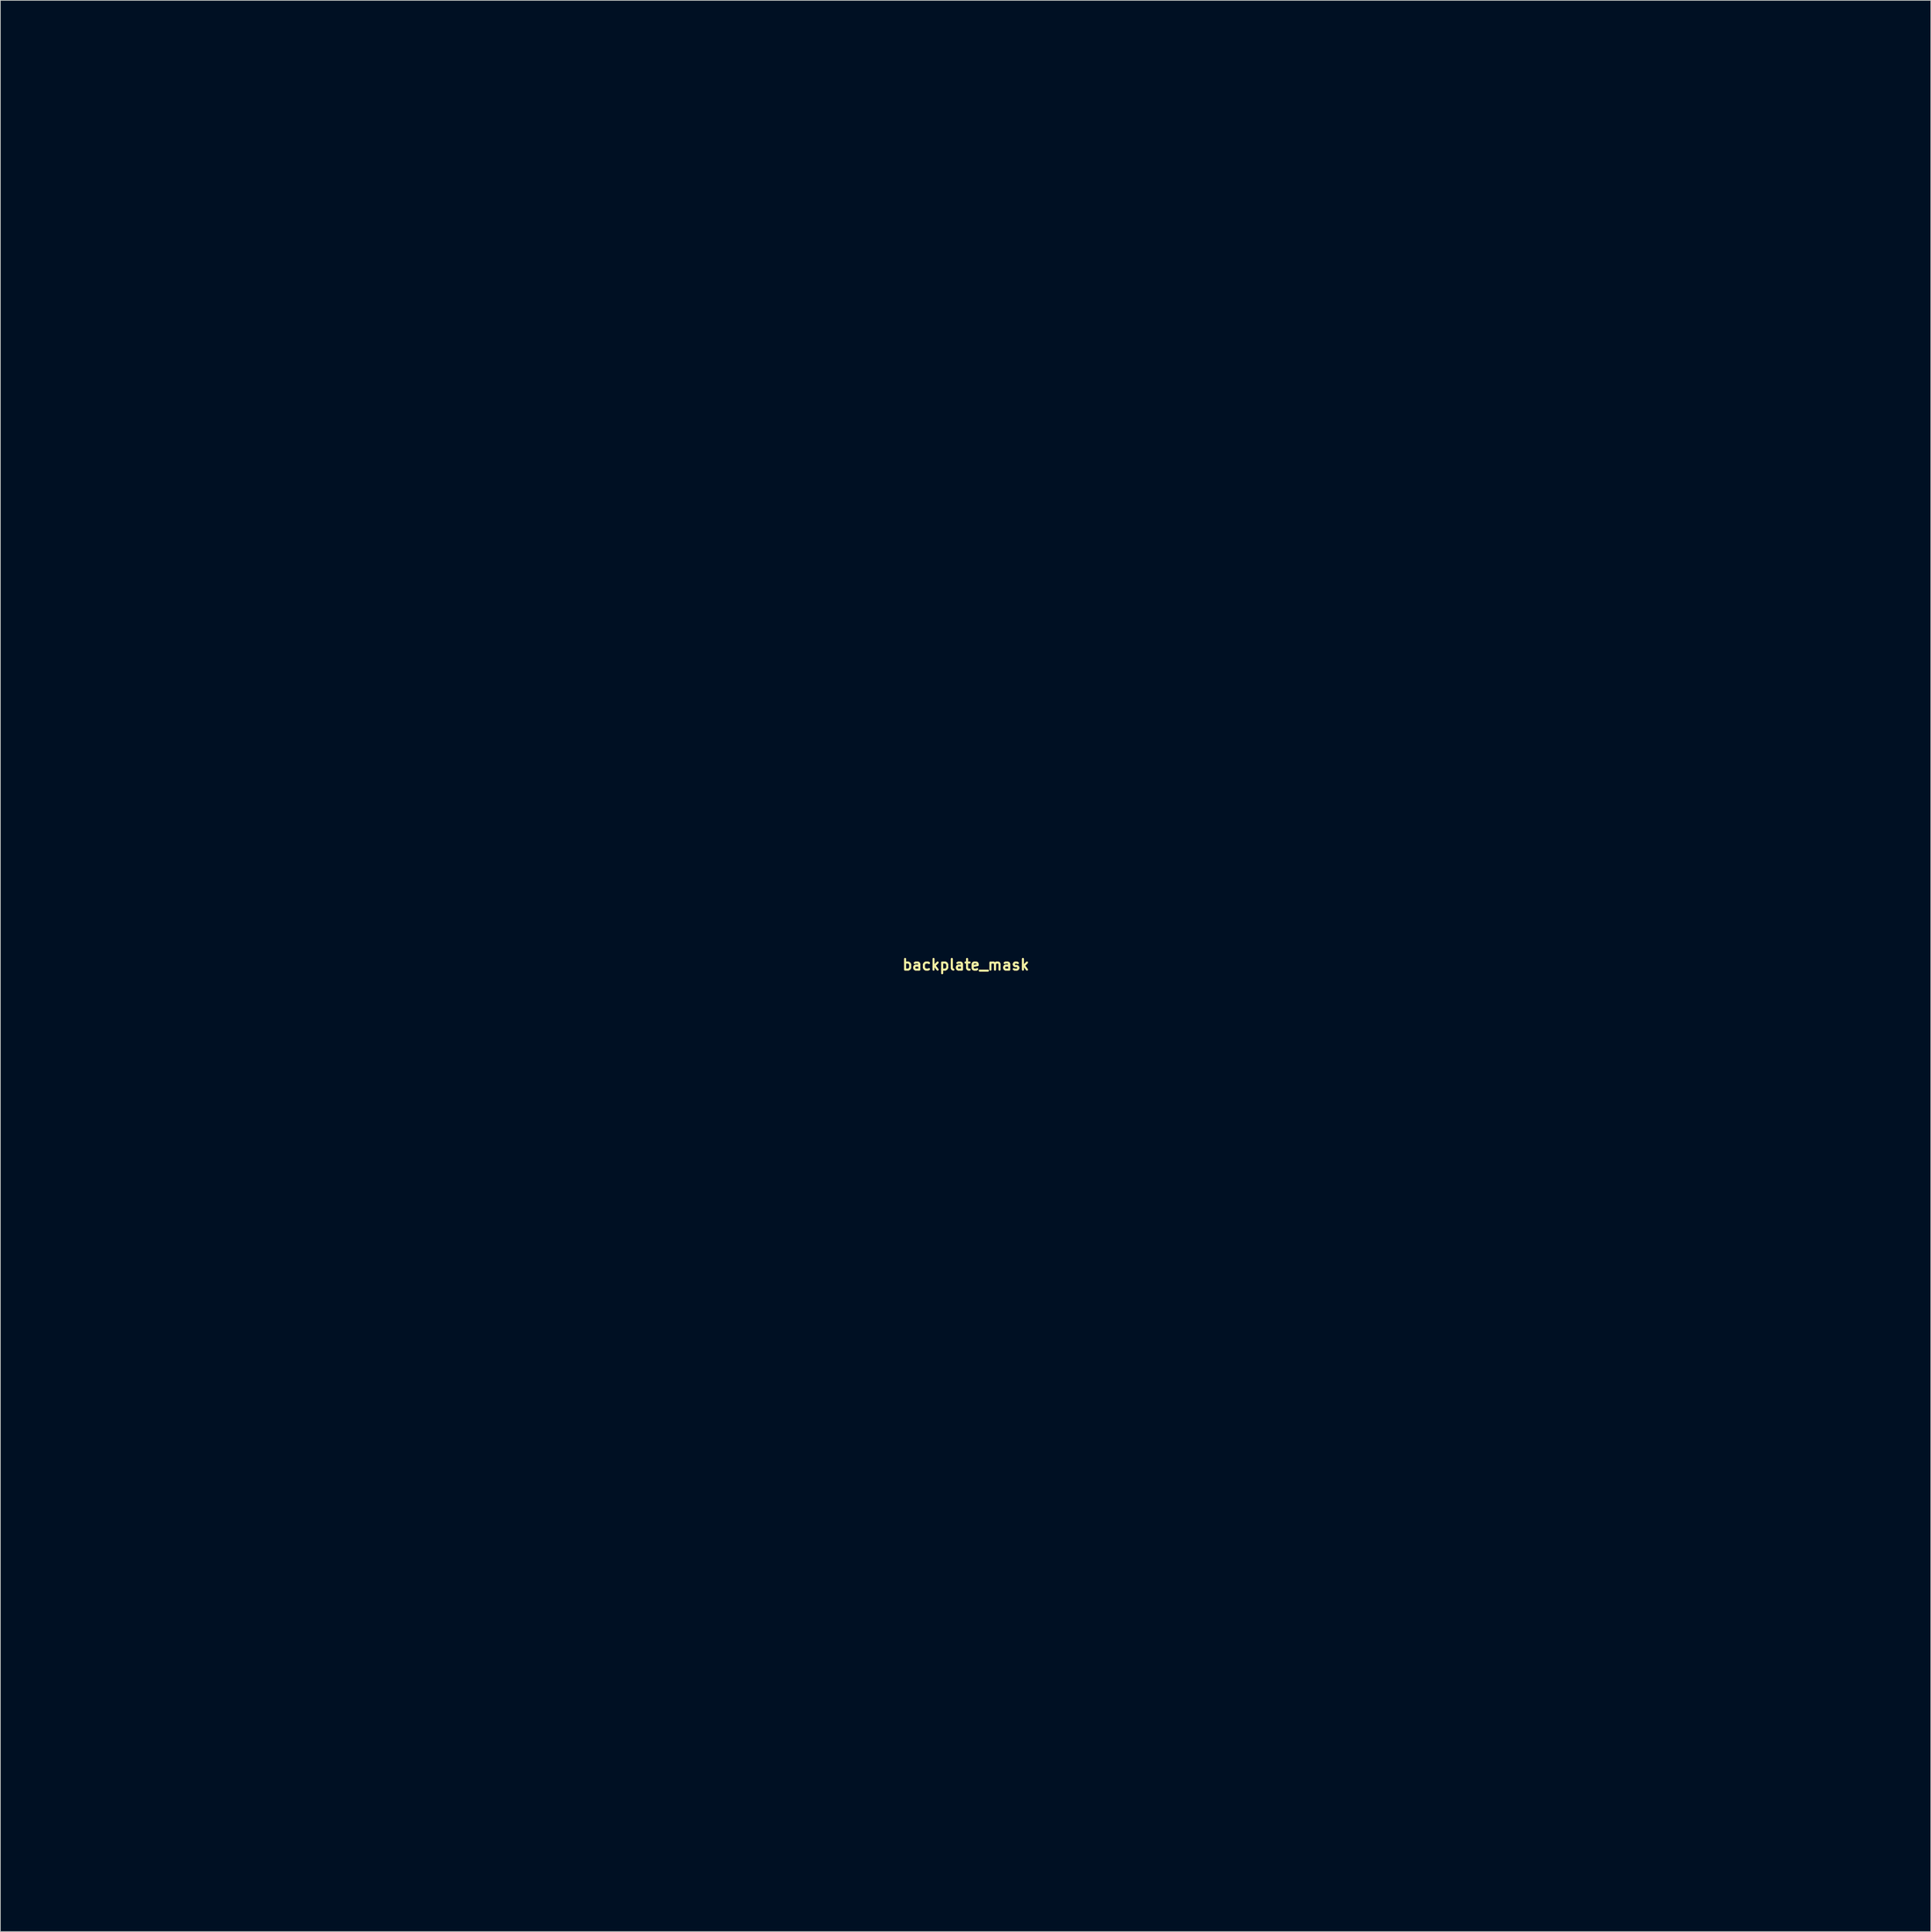
<source format=kicad_pcb>
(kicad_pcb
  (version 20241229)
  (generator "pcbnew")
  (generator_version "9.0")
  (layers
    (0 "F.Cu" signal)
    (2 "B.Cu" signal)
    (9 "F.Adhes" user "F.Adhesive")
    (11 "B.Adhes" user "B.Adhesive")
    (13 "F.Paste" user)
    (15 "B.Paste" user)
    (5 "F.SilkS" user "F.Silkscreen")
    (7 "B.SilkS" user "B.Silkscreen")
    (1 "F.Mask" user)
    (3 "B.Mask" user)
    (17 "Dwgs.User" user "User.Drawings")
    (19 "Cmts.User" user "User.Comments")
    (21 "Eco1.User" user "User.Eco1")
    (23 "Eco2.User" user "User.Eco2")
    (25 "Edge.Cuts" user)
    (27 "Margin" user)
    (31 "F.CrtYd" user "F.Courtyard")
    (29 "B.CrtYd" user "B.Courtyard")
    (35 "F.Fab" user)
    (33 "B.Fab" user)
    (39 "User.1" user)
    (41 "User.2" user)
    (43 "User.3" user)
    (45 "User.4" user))
  (footprint "backplate_mask"
    (layer "F.Cu")
    (at 134.964 134.794)
    (property "Reference" "backplate_mask" (at 0 0 0) (layer "F.SilkS") (effects (font (size 1.524 1.524) (thickness 0.3))))
    (attr through_hole)
    (fp_poly (pts (xy -132.249 134.959) (xy -134.874 134.959) (xy -134.874 132.334) (xy -132.249 132.334) (xy -132.249 134.959)) (stroke (width 0.01) (type solid)) (fill yes) (layer "F.Mask"))
    (fp_poly (pts (xy -121.243 -109.643) (xy -134.959 -109.643) (xy -134.92 -125.476) (xy -133.096 -125.476) (xy -133.096 -111.252) (xy -123.021 -111.252) (xy -123.021 -125.476) (xy -133.096 -125.476) (xy -134.92 -125.476) (xy -134.916 -127.042) (xy -128.079 -127.064) (xy -121.243 -127.086) (xy -121.243 -109.643)) (stroke (width 0.01) (type solid)) (fill yes) (layer "F.Mask"))
    (fp_poly (pts (xy -42.164 -109.559) (xy -55.881 -109.559) (xy -55.842 -125.391) (xy -54.017 -125.391) (xy -54.017 -111.167) (xy -43.942 -111.167) (xy -43.942 -125.391) (xy -54.017 -125.391) (xy -55.842 -125.391) (xy -55.838 -126.958) (xy -49.001 -126.979) (xy -42.164 -127.001) (xy -42.164 -109.559)) (stroke (width 0.01) (type solid)) (fill yes) (layer "F.Mask"))
    (fp_poly (pts (xy 114.723 134.874) (xy 101.007 134.874) (xy 101.046 119.041) (xy 102.87 119.041) (xy 102.87 133.265) (xy 112.945 133.265) (xy 112.945 119.041) (xy 102.87 119.041) (xy 101.046 119.041) (xy 101.05 117.475) (xy 107.886 117.453) (xy 114.723 117.432) (xy 114.723 134.874)) (stroke (width 0.01) (type solid)) (fill yes) (layer "F.Mask"))
    (fp_poly (pts (xy -107.995 -126.816) (xy -107.539 -126.782) (xy -107.146 -126.734) (xy -107.009 -126.709) (xy -106.384 -126.52) (xy -105.748 -126.229) (xy -105.169 -125.87) (xy -104.854 -125.615) (xy -104.436 -125.233) (xy -105.706 -123.958) (xy -106.167 -124.343) (xy -106.63 -124.694) (xy -107.069 -124.942) (xy -107.558 -125.125) (xy -107.802 -125.192) (xy -108.306 -125.273) (xy -108.901 -125.291) (xy -109.519 -125.252) (xy -110.094 -125.157) (xy -110.426 -125.063) (xy -111.168 -124.715) (xy -111.835 -124.226) (xy -112.404 -123.614) (xy -112.857 -122.898) (xy -112.901 -122.809) (xy -113.012 -122.581) (xy -113.107 -122.378) (xy -113.189 -122.187) (xy -113.258 -121.994) (xy -113.315 -121.785) (xy -113.363 -121.548) (xy -113.401 -121.267) (xy -113.431 -120.93) (xy -113.455 -120.524) (xy -113.472 -120.034) (xy -113.485 -119.447) (xy -113.495 -118.749) (xy -113.502 -117.927) (xy -113.508 -116.968) (xy -113.514 -115.857) (xy -113.516 -115.464) (xy -113.547 -109.728) (xy -115.231 -109.728) (xy -115.231 -126.661) (xy -113.538 -126.661) (xy -113.538 -124.465) (xy -112.882 -125.128) (xy -112.156 -125.751) (xy -111.352 -126.231) (xy -110.464 -126.568) (xy -109.486 -126.767) (xy -108.44 -126.829) (xy -107.995 -126.816)) (stroke (width 0.01) (type solid)) (fill yes) (layer "F.Mask"))
    (fp_poly (pts (xy -62.634 -123.973) (xy -62.63 -122.352) (xy -62.627 -120.891) (xy -62.625 -119.581) (xy -62.621 -118.415) (xy -62.617 -117.383) (xy -62.611 -116.476) (xy -62.603 -115.685) (xy -62.592 -115.003) (xy -62.578 -114.419) (xy -62.561 -113.925) (xy -62.54 -113.513) (xy -62.514 -113.173) (xy -62.483 -112.897) (xy -62.447 -112.676) (xy -62.405 -112.501) (xy -62.356 -112.363) (xy -62.3 -112.253) (xy -62.236 -112.164) (xy -62.165 -112.085) (xy -62.084 -112.008) (xy -61.995 -111.925) (xy -61.945 -111.876) (xy -61.62 -111.611) (xy -61.24 -111.426) (xy -60.775 -111.311) (xy -60.194 -111.258) (xy -59.844 -111.252) (xy -59.013 -111.252) (xy -59.013 -109.728) (xy -60.135 -109.734) (xy -60.699 -109.747) (xy -61.189 -109.78) (xy -61.568 -109.83) (xy -61.701 -109.859) (xy -62.417 -110.134) (xy -63.034 -110.543) (xy -63.543 -111.077) (xy -63.937 -111.727) (xy -64.208 -112.485) (xy -64.252 -112.674) (xy -64.267 -112.809) (xy -64.281 -113.062) (xy -64.294 -113.438) (xy -64.305 -113.942) (xy -64.314 -114.577) (xy -64.323 -115.35) (xy -64.33 -116.262) (xy -64.335 -117.32) (xy -64.34 -118.528) (xy -64.343 -119.89) (xy -64.345 -121.41) (xy -64.347 -123.092) (xy -64.347 -123.956) (xy -64.347 -134.789) (xy -62.658 -134.789) (xy -62.634 -123.973)) (stroke (width 0.01) (type solid)) (fill yes) (layer "F.Mask"))
    (fp_poly (pts (xy -118.279 117.8) (xy -117.534 117.859) (xy -116.9 117.96) (xy -116.322 118.117) (xy -115.744 118.344) (xy -115.492 118.462) (xy -114.739 118.916) (xy -114.067 119.504) (xy -113.501 120.198) (xy -113.14 120.819) (xy -113.021 121.063) (xy -112.918 121.28) (xy -112.828 121.482) (xy -112.752 121.683) (xy -112.688 121.895) (xy -112.635 122.132) (xy -112.592 122.408) (xy -112.557 122.734) (xy -112.53 123.124) (xy -112.509 123.592) (xy -112.494 124.15) (xy -112.483 124.811) (xy -112.475 125.589) (xy -112.469 126.496) (xy -112.464 127.546) (xy -112.458 128.752) (xy -112.458 128.799) (xy -112.43 134.959) (xy -114.215 134.959) (xy -114.215 129.24) (xy -114.216 128.039) (xy -114.217 126.994) (xy -114.221 126.091) (xy -114.228 125.318) (xy -114.239 124.662) (xy -114.255 124.109) (xy -114.277 123.645) (xy -114.306 123.258) (xy -114.343 122.934) (xy -114.388 122.661) (xy -114.444 122.424) (xy -114.511 122.211) (xy -114.589 122.008) (xy -114.68 121.803) (xy -114.769 121.614) (xy -115.188 120.918) (xy -115.72 120.349) (xy -116.362 119.907) (xy -117.114 119.593) (xy -117.975 119.407) (xy -118.914 119.349) (xy -119.89 119.417) (xy -120.756 119.614) (xy -121.512 119.939) (xy -122.162 120.395) (xy -122.706 120.982) (xy -123.144 121.701) (xy -123.426 122.386) (xy -123.656 123.063) (xy -123.704 134.959) (xy -125.476 134.959) (xy -125.476 118.025) (xy -123.698 118.025) (xy -123.698 119.898) (xy -123.189 119.448) (xy -122.376 118.82) (xy -121.527 118.345) (xy -120.625 118.019) (xy -119.654 117.836) (xy -118.596 117.79) (xy -118.279 117.8)) (stroke (width 0.01) (type solid)) (fill yes) (layer "F.Mask"))
    (fp_poly (pts (xy -81.09 -125.954) (xy -81.068 -117.119) (xy -76.877 -121.889) (xy -72.686 -126.66) (xy -71.554 -126.661) (xy -71.099 -126.66) (xy -70.79 -126.653) (xy -70.604 -126.639) (xy -70.516 -126.613) (xy -70.503 -126.571) (xy -70.538 -126.516) (xy -70.617 -126.424) (xy -70.796 -126.219) (xy -71.063 -125.913) (xy -71.408 -125.521) (xy -71.819 -125.055) (xy -72.283 -124.528) (xy -72.79 -123.954) (xy -73.263 -123.418) (xy -73.795 -122.815) (xy -74.292 -122.249) (xy -74.743 -121.733) (xy -75.137 -121.279) (xy -75.462 -120.901) (xy -75.708 -120.612) (xy -75.863 -120.425) (xy -75.915 -120.355) (xy -75.877 -120.267) (xy -75.754 -120.049) (xy -75.554 -119.712) (xy -75.282 -119.266) (xy -74.947 -118.724) (xy -74.556 -118.098) (xy -74.115 -117.397) (xy -73.632 -116.635) (xy -73.113 -115.822) (xy -72.607 -115.033) (xy -72.062 -114.185) (xy -71.545 -113.378) (xy -71.062 -112.624) (xy -70.621 -111.934) (xy -70.229 -111.319) (xy -69.893 -110.792) (xy -69.621 -110.362) (xy -69.42 -110.042) (xy -69.296 -109.843) (xy -69.257 -109.775) (xy -69.337 -109.758) (xy -69.554 -109.743) (xy -69.876 -109.734) (xy -70.273 -109.73) (xy -70.337 -109.73) (xy -71.416 -109.732) (xy -74.295 -114.342) (xy -74.795 -115.142) (xy -75.269 -115.897) (xy -75.71 -116.597) (xy -76.109 -117.229) (xy -76.46 -117.781) (xy -76.754 -118.241) (xy -76.984 -118.597) (xy -77.142 -118.836) (xy -77.221 -118.948) (xy -77.228 -118.954) (xy -77.294 -118.893) (xy -77.457 -118.718) (xy -77.706 -118.444) (xy -78.025 -118.086) (xy -78.403 -117.658) (xy -78.826 -117.174) (xy -79.196 -116.748) (xy -81.111 -114.539) (xy -81.111 -109.728) (xy -82.889 -109.728) (xy -82.889 -134.789) (xy -81.111 -134.789) (xy -81.09 -125.954)) (stroke (width 0.01) (type solid)) (fill yes) (layer "F.Mask"))
    (fp_poly (pts (xy -34.523 -125.954) (xy -34.502 -117.12) (xy -30.311 -121.89) (xy -26.12 -126.66) (xy -24.987 -126.661) (xy -24.533 -126.66) (xy -24.224 -126.653) (xy -24.037 -126.639) (xy -23.949 -126.612) (xy -23.937 -126.571) (xy -23.971 -126.517) (xy -24.05 -126.426) (xy -24.229 -126.221) (xy -24.497 -125.915) (xy -24.841 -125.523) (xy -25.252 -125.056) (xy -25.716 -124.53) (xy -26.222 -123.956) (xy -26.698 -123.417) (xy -27.229 -122.814) (xy -27.726 -122.247) (xy -28.177 -121.731) (xy -28.57 -121.277) (xy -28.896 -120.899) (xy -29.142 -120.61) (xy -29.297 -120.423) (xy -29.349 -120.352) (xy -29.311 -120.265) (xy -29.188 -120.047) (xy -28.988 -119.71) (xy -28.716 -119.265) (xy -28.381 -118.724) (xy -27.989 -118.097) (xy -27.548 -117.397) (xy -27.065 -116.635) (xy -26.546 -115.822) (xy -26.041 -115.033) (xy -25.495 -114.185) (xy -24.978 -113.378) (xy -24.495 -112.624) (xy -24.054 -111.934) (xy -23.662 -111.319) (xy -23.327 -110.792) (xy -23.055 -110.362) (xy -22.853 -110.042) (xy -22.729 -109.843) (xy -22.691 -109.775) (xy -22.77 -109.758) (xy -22.987 -109.743) (xy -23.31 -109.734) (xy -23.707 -109.73) (xy -23.77 -109.73) (xy -24.85 -109.732) (xy -27.728 -114.342) (xy -28.228 -115.142) (xy -28.703 -115.897) (xy -29.144 -116.597) (xy -29.543 -117.229) (xy -29.894 -117.781) (xy -30.188 -118.241) (xy -30.418 -118.597) (xy -30.577 -118.836) (xy -30.656 -118.948) (xy -30.663 -118.954) (xy -30.729 -118.893) (xy -30.893 -118.718) (xy -31.142 -118.445) (xy -31.462 -118.086) (xy -31.84 -117.658) (xy -32.263 -117.175) (xy -32.631 -116.751) (xy -34.544 -114.546) (xy -34.544 -109.728) (xy -36.322 -109.728) (xy -36.322 -134.789) (xy -34.545 -134.789) (xy -34.523 -125.954)) (stroke (width 0.01) (type solid)) (fill yes) (layer "F.Mask"))
    (fp_poly (pts (xy -16.002 -125.984) (xy -16.001 -124.779) (xy -15.999 -123.622) (xy -15.996 -122.525) (xy -15.992 -121.499) (xy -15.987 -120.555) (xy -15.98 -119.705) (xy -15.973 -118.958) (xy -15.966 -118.327) (xy -15.957 -117.823) (xy -15.948 -117.456) (xy -15.939 -117.239) (xy -15.93 -117.179) (xy -15.864 -117.241) (xy -15.695 -117.42) (xy -15.433 -117.707) (xy -15.085 -118.092) (xy -14.661 -118.565) (xy -14.17 -119.116) (xy -13.62 -119.735) (xy -13.02 -120.412) (xy -12.38 -121.137) (xy -11.708 -121.901) (xy -11.691 -121.92) (xy -7.523 -126.661) (xy -5.23 -126.661) (xy -5.515 -126.344) (xy -5.63 -126.214) (xy -5.844 -125.973) (xy -6.144 -125.634) (xy -6.518 -125.212) (xy -6.952 -124.721) (xy -7.433 -124.176) (xy -7.949 -123.593) (xy -8.323 -123.17) (xy -10.845 -120.314) (xy -7.513 -115.127) (xy -6.968 -114.278) (xy -6.448 -113.47) (xy -5.963 -112.713) (xy -5.518 -112.02) (xy -5.121 -111.401) (xy -4.78 -110.869) (xy -4.501 -110.435) (xy -4.293 -110.11) (xy -4.162 -109.905) (xy -4.117 -109.834) (xy -4.127 -109.789) (xy -4.231 -109.758) (xy -4.45 -109.739) (xy -4.805 -109.73) (xy -5.151 -109.728) (xy -6.248 -109.728) (xy -9.127 -114.321) (xy -9.628 -115.119) (xy -10.104 -115.873) (xy -10.547 -116.571) (xy -10.949 -117.201) (xy -11.303 -117.751) (xy -11.6 -118.208) (xy -11.833 -118.562) (xy -11.994 -118.799) (xy -12.076 -118.908) (xy -12.084 -118.914) (xy -12.156 -118.853) (xy -12.325 -118.677) (xy -12.579 -118.403) (xy -12.903 -118.045) (xy -13.285 -117.617) (xy -13.711 -117.134) (xy -14.078 -116.713) (xy -15.994 -114.512) (xy -15.998 -112.12) (xy -16.002 -109.728) (xy -17.695 -109.728) (xy -17.695 -134.789) (xy -16.002 -134.789) (xy -16.002 -125.984)) (stroke (width 0.01) (type solid)) (fill yes) (layer "F.Mask"))
    (fp_poly (pts (xy 122.936 118.703) (xy 122.937 119.908) (xy 122.938 121.065) (xy 122.941 122.161) (xy 122.945 123.187) (xy 122.95 124.13) (xy 122.955 124.98) (xy 122.961 125.726) (xy 122.968 126.356) (xy 122.976 126.86) (xy 122.984 127.226) (xy 122.992 127.443) (xy 122.999 127.502) (xy 123.064 127.439) (xy 123.231 127.258) (xy 123.492 126.97) (xy 123.838 126.584) (xy 124.261 126.11) (xy 124.75 125.558) (xy 125.298 124.938) (xy 125.895 124.26) (xy 126.534 123.534) (xy 127.204 122.77) (xy 127.212 122.761) (xy 131.36 118.027) (xy 132.492 118.026) (xy 133.624 118.025) (xy 133.339 118.344) (xy 132.976 118.75) (xy 132.561 119.217) (xy 132.107 119.731) (xy 131.625 120.277) (xy 131.129 120.84) (xy 130.631 121.406) (xy 130.144 121.96) (xy 129.681 122.488) (xy 129.254 122.976) (xy 128.877 123.409) (xy 128.562 123.772) (xy 128.321 124.051) (xy 128.168 124.232) (xy 128.115 124.298) (xy 128.156 124.378) (xy 128.281 124.587) (xy 128.482 124.915) (xy 128.751 125.348) (xy 129.081 125.874) (xy 129.464 126.483) (xy 129.893 127.16) (xy 130.358 127.894) (xy 130.854 128.673) (xy 131.371 129.485) (xy 131.903 130.317) (xy 132.441 131.158) (xy 132.978 131.994) (xy 133.506 132.815) (xy 134.017 133.607) (xy 134.503 134.358) (xy 134.77 134.768) (xy 134.893 134.959) (xy 132.694 134.959) (xy 129.783 130.305) (xy 129.28 129.502) (xy 128.803 128.744) (xy 128.36 128.042) (xy 127.957 127.408) (xy 127.604 126.854) (xy 127.306 126.392) (xy 127.073 126.034) (xy 126.911 125.792) (xy 126.828 125.677) (xy 126.82 125.669) (xy 126.753 125.735) (xy 126.59 125.915) (xy 126.341 126.193) (xy 126.021 126.554) (xy 125.643 126.985) (xy 125.22 127.469) (xy 124.854 127.889) (xy 122.942 130.09) (xy 122.939 132.524) (xy 122.936 134.959) (xy 121.158 134.959) (xy 121.158 109.897) (xy 122.936 109.897) (xy 122.936 118.703)) (stroke (width 0.01) (type solid)) (fill yes) (layer "F.Mask"))
    (fp_poly (pts (xy -89.831 -109.728) (xy -91.525 -109.728) (xy -91.525 -111.833) (xy -92.223 -111.138) (xy -92.919 -110.529) (xy -93.633 -110.073) (xy -94.39 -109.756) (xy -94.615 -109.69) (xy -94.944 -109.626) (xy -95.395 -109.574) (xy -95.919 -109.536) (xy -96.47 -109.512) (xy -96.999 -109.506) (xy -97.46 -109.519) (xy -97.803 -109.554) (xy -97.819 -109.557) (xy -98.791 -109.803) (xy -99.649 -110.169) (xy -100.399 -110.659) (xy -101.045 -111.278) (xy -101.593 -112.032) (xy -102.049 -112.924) (xy -102.311 -113.623) (xy -102.573 -114.585) (xy -102.763 -115.653) (xy -102.881 -116.793) (xy -102.929 -117.971) (xy -102.919 -118.491) (xy -101.18 -118.491) (xy -101.169 -117.438) (xy -101.097 -116.406) (xy -100.964 -115.425) (xy -100.77 -114.524) (xy -100.516 -113.735) (xy -100.372 -113.405) (xy -99.934 -112.67) (xy -99.394 -112.068) (xy -98.754 -111.602) (xy -98.019 -111.274) (xy -97.192 -111.086) (xy -96.276 -111.04) (xy -96.082 -111.048) (xy -95.676 -111.083) (xy -95.27 -111.141) (xy -94.942 -111.209) (xy -94.897 -111.222) (xy -94.168 -111.505) (xy -93.537 -111.896) (xy -93 -112.401) (xy -92.554 -113.028) (xy -92.193 -113.783) (xy -91.915 -114.673) (xy -91.715 -115.705) (xy -91.605 -116.679) (xy -91.545 -117.863) (xy -91.56 -119.03) (xy -91.647 -120.146) (xy -91.804 -121.179) (xy -92.026 -122.095) (xy -92.083 -122.275) (xy -92.388 -123.003) (xy -92.795 -123.661) (xy -93.279 -124.222) (xy -93.819 -124.657) (xy -94.063 -124.798) (xy -94.726 -125.059) (xy -95.485 -125.226) (xy -96.291 -125.294) (xy -97.093 -125.257) (xy -97.559 -125.182) (xy -98.311 -124.939) (xy -99.003 -124.548) (xy -99.611 -124.029) (xy -100.112 -123.4) (xy -100.329 -123.022) (xy -100.62 -122.313) (xy -100.85 -121.476) (xy -101.02 -120.539) (xy -101.13 -119.534) (xy -101.18 -118.491) (xy -102.919 -118.491) (xy -102.906 -119.155) (xy -102.814 -120.31) (xy -102.652 -121.403) (xy -102.42 -122.401) (xy -102.19 -123.099) (xy -101.762 -124.026) (xy -101.247 -124.821) (xy -100.652 -125.477) (xy -99.981 -125.989) (xy -99.642 -126.176) (xy -99.13 -126.41) (xy -98.652 -126.578) (xy -98.16 -126.692) (xy -97.604 -126.764) (xy -96.934 -126.805) (xy -96.857 -126.808) (xy -95.893 -126.807) (xy -95.054 -126.723) (xy -94.315 -126.547) (xy -93.648 -126.271) (xy -93.026 -125.885) (xy -92.422 -125.379) (xy -92.289 -125.251) (xy -92.008 -124.977) (xy -91.775 -124.752) (xy -91.613 -124.6) (xy -91.548 -124.545) (xy -91.544 -124.627) (xy -91.54 -124.864) (xy -91.536 -125.241) (xy -91.533 -125.744) (xy -91.53 -126.358) (xy -91.528 -127.068) (xy -91.526 -127.86) (xy -91.525 -128.72) (xy -91.525 -129.632) (xy -91.525 -129.667) (xy -91.525 -134.789) (xy -89.831 -134.789) (xy -89.831 -109.728)) (stroke (width 0.01) (type solid)) (fill yes) (layer "F.Mask"))
    (fp_poly (pts (xy -99.261 117.808) (xy -98.219 117.968) (xy -97.25 118.274) (xy -96.363 118.718) (xy -95.567 119.294) (xy -94.872 119.998) (xy -94.286 120.822) (xy -93.819 121.761) (xy -93.651 122.216) (xy -93.477 122.794) (xy -93.344 123.377) (xy -93.247 123.993) (xy -93.185 124.673) (xy -93.153 125.445) (xy -93.149 126.337) (xy -93.158 126.958) (xy -93.181 127.763) (xy -93.214 128.432) (xy -93.262 128.995) (xy -93.328 129.484) (xy -93.418 129.932) (xy -93.537 130.37) (xy -93.69 130.831) (xy -93.749 130.997) (xy -94.177 131.931) (xy -94.739 132.769) (xy -95.421 133.5) (xy -96.209 134.111) (xy -97.092 134.592) (xy -98.055 134.931) (xy -98.367 135.005) (xy -98.791 135.067) (xy -99.326 135.104) (xy -99.917 135.116) (xy -100.508 135.104) (xy -101.044 135.067) (xy -101.47 135.005) (xy -101.484 135.002) (xy -102.442 134.713) (xy -103.334 134.284) (xy -104.142 133.73) (xy -104.846 133.065) (xy -105.428 132.303) (xy -105.681 131.862) (xy -105.983 131.228) (xy -106.224 130.604) (xy -106.409 129.962) (xy -106.545 129.271) (xy -106.636 128.505) (xy -106.689 127.633) (xy -106.708 126.628) (xy -106.709 126.534) (xy -104.94 126.534) (xy -104.93 127.428) (xy -104.904 128.179) (xy -104.857 128.813) (xy -104.785 129.356) (xy -104.683 129.834) (xy -104.55 130.274) (xy -104.379 130.701) (xy -104.277 130.922) (xy -103.83 131.664) (xy -103.265 132.299) (xy -102.6 132.817) (xy -101.854 133.21) (xy -101.046 133.47) (xy -100.195 133.588) (xy -99.32 133.557) (xy -98.687 133.437) (xy -97.818 133.134) (xy -97.054 132.699) (xy -96.399 132.138) (xy -95.859 131.455) (xy -95.438 130.656) (xy -95.166 129.84) (xy -95.031 129.164) (xy -94.933 128.362) (xy -94.872 127.478) (xy -94.849 126.551) (xy -94.864 125.622) (xy -94.918 124.732) (xy -95.012 123.923) (xy -95.087 123.496) (xy -95.354 122.534) (xy -95.736 121.695) (xy -96.235 120.978) (xy -96.851 120.383) (xy -97.586 119.908) (xy -98.355 119.581) (xy -98.985 119.426) (xy -99.691 119.349) (xy -100.402 119.354) (xy -101.045 119.444) (xy -101.092 119.455) (xy -101.934 119.744) (xy -102.696 120.17) (xy -103.362 120.72) (xy -103.915 121.378) (xy -104.339 122.129) (xy -104.508 122.567) (xy -104.638 122.984) (xy -104.739 123.37) (xy -104.816 123.757) (xy -104.871 124.171) (xy -104.908 124.644) (xy -104.93 125.204) (xy -104.939 125.88) (xy -104.94 126.534) (xy -106.709 126.534) (xy -106.709 126.45) (xy -106.7 125.551) (xy -106.669 124.788) (xy -106.614 124.127) (xy -106.531 123.536) (xy -106.415 122.98) (xy -106.264 122.429) (xy -106.25 122.382) (xy -105.864 121.393) (xy -105.35 120.501) (xy -104.718 119.718) (xy -103.977 119.053) (xy -103.137 118.52) (xy -102.922 118.413) (xy -102.231 118.131) (xy -101.521 117.941) (xy -100.734 117.827) (xy -100.366 117.799) (xy -99.261 117.808)) (stroke (width 0.01) (type solid)) (fill yes) (layer "F.Mask"))
    (fp_poly (pts (xy 6.766 -126.809) (xy 7.723 -126.73) (xy 8.56 -126.563) (xy 9.306 -126.293) (xy 9.993 -125.909) (xy 10.651 -125.398) (xy 11.017 -125.052) (xy 11.367 -124.69) (xy 11.629 -124.381) (xy 11.843 -124.07) (xy 12.05 -123.7) (xy 12.183 -123.439) (xy 12.619 -122.379) (xy 12.937 -121.212) (xy 13.135 -119.954) (xy 13.208 -118.622) (xy 13.208 -118.524) (xy 13.208 -117.856) (xy 7.321 -117.856) (xy 6.169 -117.856) (xy 5.176 -117.855) (xy 4.328 -117.852) (xy 3.616 -117.849) (xy 3.027 -117.844) (xy 2.55 -117.837) (xy 2.173 -117.828) (xy 1.886 -117.817) (xy 1.676 -117.803) (xy 1.532 -117.786) (xy 1.443 -117.766) (xy 1.397 -117.743) (xy 1.384 -117.727) (xy 1.368 -117.568) (xy 1.378 -117.281) (xy 1.409 -116.901) (xy 1.459 -116.467) (xy 1.521 -116.016) (xy 1.592 -115.585) (xy 1.668 -115.211) (xy 1.695 -115.099) (xy 1.963 -114.26) (xy 2.315 -113.539) (xy 2.773 -112.896) (xy 3.124 -112.515) (xy 3.603 -112.078) (xy 4.066 -111.751) (xy 4.57 -111.505) (xy 5.171 -111.306) (xy 5.369 -111.253) (xy 5.972 -111.144) (xy 6.67 -111.09) (xy 7.395 -111.092) (xy 8.081 -111.151) (xy 8.424 -111.21) (xy 9.107 -111.416) (xy 9.82 -111.746) (xy 10.514 -112.172) (xy 11.005 -112.553) (xy 11.308 -112.806) (xy 11.515 -112.957) (xy 11.652 -113.022) (xy 11.746 -113.016) (xy 11.772 -113) (xy 11.9 -112.903) (xy 12.118 -112.734) (xy 12.384 -112.525) (xy 12.44 -112.48) (xy 12.975 -112.057) (xy 12.478 -111.601) (xy 11.591 -110.888) (xy 10.634 -110.309) (xy 9.632 -109.877) (xy 8.975 -109.683) (xy 8.689 -109.635) (xy 8.28 -109.59) (xy 7.791 -109.552) (xy 7.264 -109.523) (xy 6.745 -109.504) (xy 6.275 -109.499) (xy 5.9 -109.508) (xy 5.715 -109.525) (xy 4.608 -109.753) (xy 3.624 -110.095) (xy 2.757 -110.555) (xy 2.002 -111.137) (xy 1.351 -111.845) (xy 0.799 -112.684) (xy 0.593 -113.08) (xy 0.277 -113.817) (xy 0.032 -114.583) (xy -0.148 -115.413) (xy -0.273 -116.345) (xy -0.334 -117.119) (xy -0.366 -118.55) (xy -0.309 -119.492) (xy 1.392 -119.492) (xy 1.4 -119.311) (xy 1.416 -119.262) (xy 1.508 -119.253) (xy 1.754 -119.244) (xy 2.139 -119.236) (xy 2.649 -119.229) (xy 3.269 -119.222) (xy 3.982 -119.217) (xy 4.776 -119.214) (xy 5.633 -119.211) (xy 6.455 -119.211) (xy 11.443 -119.211) (xy 11.383 -119.994) (xy 11.248 -121.035) (xy 11.009 -121.951) (xy 10.66 -122.756) (xy 10.195 -123.46) (xy 9.799 -123.9) (xy 9.288 -124.361) (xy 8.793 -124.701) (xy 8.262 -124.951) (xy 7.655 -125.139) (xy 6.777 -125.283) (xy 5.906 -125.273) (xy 5.063 -125.117) (xy 4.269 -124.821) (xy 3.543 -124.394) (xy 2.906 -123.843) (xy 2.416 -123.231) (xy 2.071 -122.59) (xy 1.787 -121.804) (xy 1.568 -120.886) (xy 1.418 -119.852) (xy 1.407 -119.749) (xy 1.392 -119.492) (xy -0.309 -119.492) (xy -0.284 -119.887) (xy -0.091 -121.124) (xy 0.211 -122.254) (xy 0.619 -123.273) (xy 1.132 -124.175) (xy 1.748 -124.954) (xy 2.463 -125.605) (xy 3.276 -126.122) (xy 3.429 -126.199) (xy 4.055 -126.47) (xy 4.662 -126.657) (xy 5.297 -126.77) (xy 6.004 -126.817) (xy 6.766 -126.809)) (stroke (width 0.01) (type solid)) (fill yes) (layer "F.Mask")))
  (gr_rect
    (start -3 -3)
    (end 272.863 272.916)
    (stroke (width 0.1) (type default))
    (fill no)
    (layer "Edge.Cuts")))
</source>
